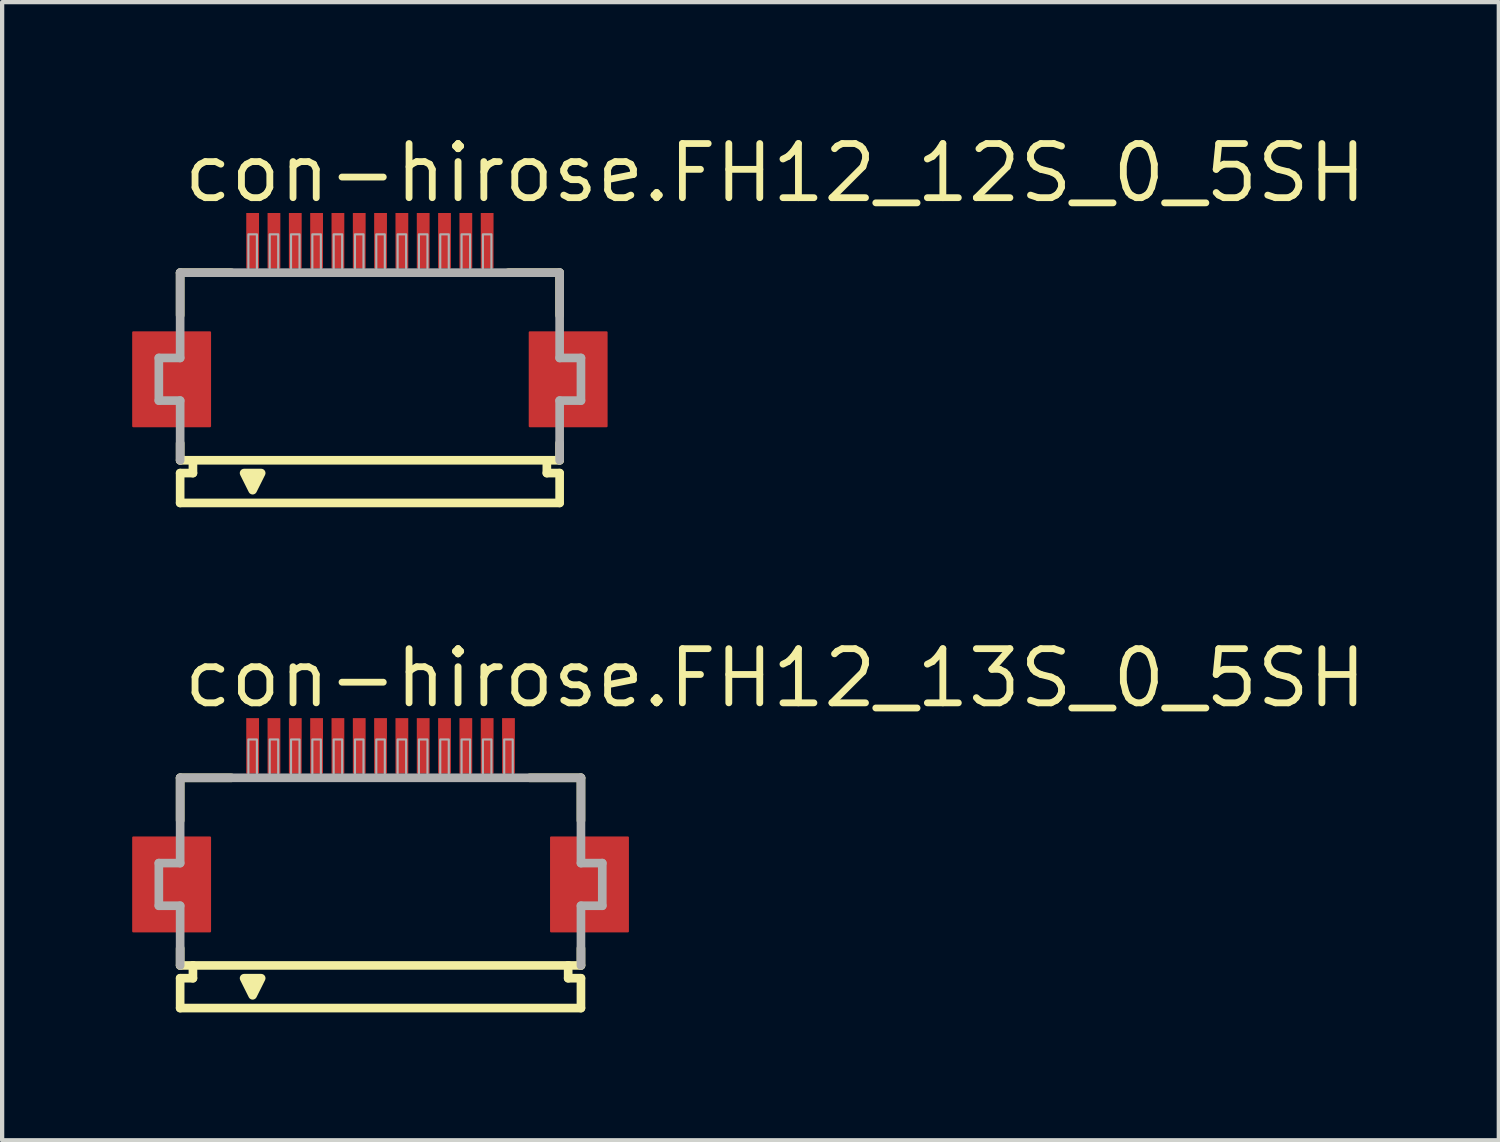
<source format=kicad_pcb>
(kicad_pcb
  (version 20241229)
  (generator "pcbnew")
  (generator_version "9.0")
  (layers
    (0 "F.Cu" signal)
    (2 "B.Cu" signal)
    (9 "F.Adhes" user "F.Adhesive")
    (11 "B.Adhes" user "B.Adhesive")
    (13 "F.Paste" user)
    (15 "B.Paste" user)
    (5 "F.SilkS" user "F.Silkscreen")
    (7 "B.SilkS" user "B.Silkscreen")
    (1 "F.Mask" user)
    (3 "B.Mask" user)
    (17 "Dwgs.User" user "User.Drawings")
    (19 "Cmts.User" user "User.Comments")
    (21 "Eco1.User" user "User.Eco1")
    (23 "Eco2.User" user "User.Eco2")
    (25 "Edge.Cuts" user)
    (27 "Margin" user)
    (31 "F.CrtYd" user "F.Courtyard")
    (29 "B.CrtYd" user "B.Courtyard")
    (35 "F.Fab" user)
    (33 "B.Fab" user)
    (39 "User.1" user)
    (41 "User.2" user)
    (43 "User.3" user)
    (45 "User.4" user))
  (footprint "con-hirose.FH12_12S_0_5SH"
    (layer "F.Cu")
    (at 5.625 5.845)
    (property "Reference" "con-hirose.FH12_12S_0_5SH" (at -4.448 -4.095 0) (layer "F.SilkS") (effects (font (size 1.27 1.27) (thickness 0.16)) (justify left bottom)))
    (attr smd)
    (fp_rect (start -5.55 1.1) (end -3.75 -1.1) (stroke (width 0.05) (type default)) (fill yes) (layer "F.Cu"))
    (fp_rect (start 3.75 1.1) (end 5.55 -1.1) (stroke (width 0.05) (type default)) (fill yes) (layer "F.Cu"))
    (fp_rect (start -5.6 1.175) (end -3.7 -1.175) (stroke (width 0.05) (type default)) (fill yes) (layer "F.Mask"))
    (fp_rect (start -2.95 -2.55) (end -2.55 -3.95) (stroke (width 0.05) (type default)) (fill yes) (layer "F.Mask"))
    (fp_rect (start -2.45 -2.55) (end -2.05 -3.95) (stroke (width 0.05) (type default)) (fill yes) (layer "F.Mask"))
    (fp_rect (start -1.95 -2.55) (end -1.55 -3.95) (stroke (width 0.05) (type default)) (fill yes) (layer "F.Mask"))
    (fp_rect (start -1.45 -2.55) (end -1.05 -3.95) (stroke (width 0.05) (type default)) (fill yes) (layer "F.Mask"))
    (fp_rect (start -0.95 -2.55) (end -0.55 -3.95) (stroke (width 0.05) (type default)) (fill yes) (layer "F.Mask"))
    (fp_rect (start -0.45 -2.55) (end -0.05 -3.95) (stroke (width 0.05) (type default)) (fill yes) (layer "F.Mask"))
    (fp_rect (start 0.05 -2.55) (end 0.45 -3.95) (stroke (width 0.05) (type default)) (fill yes) (layer "F.Mask"))
    (fp_rect (start 0.55 -2.55) (end 0.95 -3.95) (stroke (width 0.05) (type default)) (fill yes) (layer "F.Mask"))
    (fp_rect (start 1.05 -2.55) (end 1.45 -3.95) (stroke (width 0.05) (type default)) (fill yes) (layer "F.Mask"))
    (fp_rect (start 1.55 -2.55) (end 1.95 -3.95) (stroke (width 0.05) (type default)) (fill yes) (layer "F.Mask"))
    (fp_rect (start 2.05 -2.55) (end 2.45 -3.95) (stroke (width 0.05) (type default)) (fill yes) (layer "F.Mask"))
    (fp_rect (start 2.55 -2.55) (end 2.95 -3.95) (stroke (width 0.05) (type default)) (fill yes) (layer "F.Mask"))
    (fp_rect (start 3.7 1.175) (end 5.6 -1.175) (stroke (width 0.05) (type default)) (fill yes) (layer "F.Mask"))
    (fp_line (start -4.45 -2.5) (end -4.45 -1.5) (stroke (width 0.203) (type default)) (layer "F.SilkS"))
    (fp_line (start -4.45 1.5) (end -4.45 1.9) (stroke (width 0.203) (type default)) (layer "F.SilkS"))
    (fp_line (start -4.45 1.9) (end -4.15 1.9) (stroke (width 0.203) (type default)) (layer "F.SilkS"))
    (fp_line (start -4.45 2.2) (end -4.45 2.9) (stroke (width 0.203) (type default)) (layer "F.SilkS"))
    (fp_line (start -4.15 1.9) (end -4.15 2.2) (stroke (width 0.203) (type default)) (layer "F.SilkS"))
    (fp_line (start -4.15 2.2) (end -4.45 2.2) (stroke (width 0.203) (type default)) (layer "F.SilkS"))
    (fp_line (start -3.25 -2.5) (end -4.45 -2.5) (stroke (width 0.203) (type default)) (layer "F.SilkS"))
    (fp_line (start 4.15 1.9) (end -4.15 1.9) (stroke (width 0.203) (type default)) (layer "F.SilkS"))
    (fp_line (start 4.15 1.9) (end 4.45 1.9) (stroke (width 0.203) (type default)) (layer "F.SilkS"))
    (fp_line (start 4.15 2.2) (end 4.15 1.9) (stroke (width 0.203) (type default)) (layer "F.SilkS"))
    (fp_line (start 4.45 -2.5) (end 3.25 -2.5) (stroke (width 0.203) (type default)) (layer "F.SilkS"))
    (fp_line (start 4.45 -1.5) (end 4.45 -2.5) (stroke (width 0.203) (type default)) (layer "F.SilkS"))
    (fp_line (start 4.45 1.9) (end 4.45 1.5) (stroke (width 0.203) (type default)) (layer "F.SilkS"))
    (fp_line (start 4.45 2.2) (end 4.15 2.2) (stroke (width 0.203) (type default)) (layer "F.SilkS"))
    (fp_line (start 4.45 2.9) (end -4.45 2.9) (stroke (width 0.203) (type default)) (layer "F.SilkS"))
    (fp_line (start 4.45 2.9) (end 4.45 2.2) (stroke (width 0.203) (type default)) (layer "F.SilkS"))
    (fp_poly (pts (xy -2.95 2.2) (xy -2.75 2.6) (xy -2.55 2.2)) (stroke (width 0.203) (type default)) (fill yes) (layer "F.SilkS"))
    (fp_rect (start -5.475 1.025) (end -3.825 -1.025) (stroke (width 0.05) (type default)) (fill yes) (layer "F.Paste"))
    (fp_rect (start -2.875 -2.625) (end -2.625 -3.875) (stroke (width 0.05) (type default)) (fill yes) (layer "F.Paste"))
    (fp_rect (start -2.375 -2.625) (end -2.125 -3.875) (stroke (width 0.05) (type default)) (fill yes) (layer "F.Paste"))
    (fp_rect (start -1.875 -2.625) (end -1.625 -3.875) (stroke (width 0.05) (type default)) (fill yes) (layer "F.Paste"))
    (fp_rect (start -1.375 -2.625) (end -1.125 -3.875) (stroke (width 0.05) (type default)) (fill yes) (layer "F.Paste"))
    (fp_rect (start -0.875 -2.625) (end -0.625 -3.875) (stroke (width 0.05) (type default)) (fill yes) (layer "F.Paste"))
    (fp_rect (start -0.375 -2.625) (end -0.125 -3.875) (stroke (width 0.05) (type default)) (fill yes) (layer "F.Paste"))
    (fp_rect (start 0.125 -2.625) (end 0.375 -3.875) (stroke (width 0.05) (type default)) (fill yes) (layer "F.Paste"))
    (fp_rect (start 0.625 -2.625) (end 0.875 -3.875) (stroke (width 0.05) (type default)) (fill yes) (layer "F.Paste"))
    (fp_rect (start 1.125 -2.625) (end 1.375 -3.875) (stroke (width 0.05) (type default)) (fill yes) (layer "F.Paste"))
    (fp_rect (start 1.625 -2.625) (end 1.875 -3.875) (stroke (width 0.05) (type default)) (fill yes) (layer "F.Paste"))
    (fp_rect (start 2.125 -2.625) (end 2.375 -3.875) (stroke (width 0.05) (type default)) (fill yes) (layer "F.Paste"))
    (fp_rect (start 2.625 -2.625) (end 2.875 -3.875) (stroke (width 0.05) (type default)) (fill yes) (layer "F.Paste"))
    (fp_rect (start 3.825 1.025) (end 5.475 -1.025) (stroke (width 0.05) (type default)) (fill yes) (layer "F.Paste"))
    (fp_line (start -4.95 -0.5) (end -4.95 0.5) (stroke (width 0.203) (type default)) (layer "F.Fab"))
    (fp_line (start -4.95 0.5) (end -4.45 0.5) (stroke (width 0.203) (type default)) (layer "F.Fab"))
    (fp_line (start -4.45 -2.5) (end -4.45 -0.5) (stroke (width 0.203) (type default)) (layer "F.Fab"))
    (fp_line (start -4.45 -0.5) (end -4.95 -0.5) (stroke (width 0.203) (type default)) (layer "F.Fab"))
    (fp_line (start -4.45 0.5) (end -4.45 1.9) (stroke (width 0.203) (type default)) (layer "F.Fab"))
    (fp_line (start 4.45 -2.5) (end -4.45 -2.5) (stroke (width 0.203) (type default)) (layer "F.Fab"))
    (fp_line (start 4.45 -0.5) (end 4.45 -2.5) (stroke (width 0.203) (type default)) (layer "F.Fab"))
    (fp_line (start 4.45 0.5) (end 4.95 0.5) (stroke (width 0.203) (type default)) (layer "F.Fab"))
    (fp_line (start 4.45 1.9) (end 4.45 0.5) (stroke (width 0.203) (type default)) (layer "F.Fab"))
    (fp_line (start 4.95 -0.5) (end 4.45 -0.5) (stroke (width 0.203) (type default)) (layer "F.Fab"))
    (fp_line (start 4.95 0.5) (end 4.95 -0.5) (stroke (width 0.203) (type default)) (layer "F.Fab"))
    (fp_rect (start -2.85 -2.55) (end -2.65 -3.4) (stroke (width 0.05) (type default)) (fill no) (layer "F.Fab"))
    (fp_rect (start -2.35 -2.55) (end -2.15 -3.4) (stroke (width 0.05) (type default)) (fill no) (layer "F.Fab"))
    (fp_rect (start -1.85 -2.55) (end -1.65 -3.4) (stroke (width 0.05) (type default)) (fill no) (layer "F.Fab"))
    (fp_rect (start -1.35 -2.55) (end -1.15 -3.4) (stroke (width 0.05) (type default)) (fill no) (layer "F.Fab"))
    (fp_rect (start -0.85 -2.55) (end -0.65 -3.4) (stroke (width 0.05) (type default)) (fill no) (layer "F.Fab"))
    (fp_rect (start -0.35 -2.55) (end -0.15 -3.4) (stroke (width 0.05) (type default)) (fill no) (layer "F.Fab"))
    (fp_rect (start 0.15 -2.55) (end 0.35 -3.4) (stroke (width 0.05) (type default)) (fill no) (layer "F.Fab"))
    (fp_rect (start 0.65 -2.55) (end 0.85 -3.4) (stroke (width 0.05) (type default)) (fill no) (layer "F.Fab"))
    (fp_rect (start 1.15 -2.55) (end 1.35 -3.4) (stroke (width 0.05) (type default)) (fill no) (layer "F.Fab"))
    (fp_rect (start 1.65 -2.55) (end 1.85 -3.4) (stroke (width 0.05) (type default)) (fill no) (layer "F.Fab"))
    (fp_rect (start 2.15 -2.55) (end 2.35 -3.4) (stroke (width 0.05) (type default)) (fill no) (layer "F.Fab"))
    (fp_rect (start 2.65 -2.55) (end 2.85 -3.4) (stroke (width 0.05) (type default)) (fill no) (layer "F.Fab"))
    (pad "1" smd roundrect (at -2.75 -3.25) (size 0.3 1.3) (layers "F.Cu" "F.Mask" "F.Paste") (roundrect_rratio 0.01))
    (pad "2" smd roundrect (at -2.25 -3.25) (size 0.3 1.3) (layers "F.Cu" "F.Mask" "F.Paste") (roundrect_rratio 0.01))
    (pad "3" smd roundrect (at -1.75 -3.25) (size 0.3 1.3) (layers "F.Cu" "F.Mask" "F.Paste") (roundrect_rratio 0.01))
    (pad "4" smd roundrect (at -1.25 -3.25) (size 0.3 1.3) (layers "F.Cu" "F.Mask" "F.Paste") (roundrect_rratio 0.01))
    (pad "5" smd roundrect (at -0.75 -3.25) (size 0.3 1.3) (layers "F.Cu" "F.Mask" "F.Paste") (roundrect_rratio 0.01))
    (pad "6" smd roundrect (at -0.25 -3.25) (size 0.3 1.3) (layers "F.Cu" "F.Mask" "F.Paste") (roundrect_rratio 0.01))
    (pad "7" smd roundrect (at 0.25 -3.25) (size 0.3 1.3) (layers "F.Cu" "F.Mask" "F.Paste") (roundrect_rratio 0.01))
    (pad "8" smd roundrect (at 0.75 -3.25) (size 0.3 1.3) (layers "F.Cu" "F.Mask" "F.Paste") (roundrect_rratio 0.01))
    (pad "9" smd roundrect (at 1.25 -3.25) (size 0.3 1.3) (layers "F.Cu" "F.Mask" "F.Paste") (roundrect_rratio 0.01))
    (pad "10" smd roundrect (at 1.75 -3.25) (size 0.3 1.3) (layers "F.Cu" "F.Mask" "F.Paste") (roundrect_rratio 0.01))
    (pad "11" smd roundrect (at 2.25 -3.25) (size 0.3 1.3) (layers "F.Cu" "F.Mask" "F.Paste") (roundrect_rratio 0.01))
    (pad "12" smd roundrect (at 2.75 -3.25) (size 0.3 1.3) (layers "F.Cu" "F.Mask" "F.Paste") (roundrect_rratio 0.01)))
  (footprint "con-hirose.FH12_13S_0_5SH"
    (layer "F.Cu")
    (at 5.875 17.692)
    (property "Reference" "con-hirose.FH12_13S_0_5SH" (at -4.698 -4.095 0) (layer "F.SilkS") (effects (font (size 1.27 1.27) (thickness 0.16)) (justify left bottom)))
    (attr smd)
    (fp_rect (start -5.8 1.1) (end -4 -1.1) (stroke (width 0.05) (type default)) (fill yes) (layer "F.Cu"))
    (fp_rect (start 4 1.1) (end 5.8 -1.1) (stroke (width 0.05) (type default)) (fill yes) (layer "F.Cu"))
    (fp_rect (start -5.85 1.175) (end -3.95 -1.175) (stroke (width 0.05) (type default)) (fill yes) (layer "F.Mask"))
    (fp_rect (start -3.2 -2.55) (end -2.8 -3.95) (stroke (width 0.05) (type default)) (fill yes) (layer "F.Mask"))
    (fp_rect (start -2.7 -2.55) (end -2.3 -3.95) (stroke (width 0.05) (type default)) (fill yes) (layer "F.Mask"))
    (fp_rect (start -2.2 -2.55) (end -1.8 -3.95) (stroke (width 0.05) (type default)) (fill yes) (layer "F.Mask"))
    (fp_rect (start -1.7 -2.55) (end -1.3 -3.95) (stroke (width 0.05) (type default)) (fill yes) (layer "F.Mask"))
    (fp_rect (start -1.2 -2.55) (end -0.8 -3.95) (stroke (width 0.05) (type default)) (fill yes) (layer "F.Mask"))
    (fp_rect (start -0.7 -2.55) (end -0.3 -3.95) (stroke (width 0.05) (type default)) (fill yes) (layer "F.Mask"))
    (fp_rect (start -0.2 -2.55) (end 0.2 -3.95) (stroke (width 0.05) (type default)) (fill yes) (layer "F.Mask"))
    (fp_rect (start 0.3 -2.55) (end 0.7 -3.95) (stroke (width 0.05) (type default)) (fill yes) (layer "F.Mask"))
    (fp_rect (start 0.8 -2.55) (end 1.2 -3.95) (stroke (width 0.05) (type default)) (fill yes) (layer "F.Mask"))
    (fp_rect (start 1.3 -2.55) (end 1.7 -3.95) (stroke (width 0.05) (type default)) (fill yes) (layer "F.Mask"))
    (fp_rect (start 1.8 -2.55) (end 2.2 -3.95) (stroke (width 0.05) (type default)) (fill yes) (layer "F.Mask"))
    (fp_rect (start 2.3 -2.55) (end 2.7 -3.95) (stroke (width 0.05) (type default)) (fill yes) (layer "F.Mask"))
    (fp_rect (start 2.8 -2.55) (end 3.2 -3.95) (stroke (width 0.05) (type default)) (fill yes) (layer "F.Mask"))
    (fp_rect (start 3.95 1.175) (end 5.85 -1.175) (stroke (width 0.05) (type default)) (fill yes) (layer "F.Mask"))
    (fp_line (start -4.7 -2.5) (end -4.7 -1.5) (stroke (width 0.203) (type default)) (layer "F.SilkS"))
    (fp_line (start -4.7 1.5) (end -4.7 1.9) (stroke (width 0.203) (type default)) (layer "F.SilkS"))
    (fp_line (start -4.7 1.9) (end -4.4 1.9) (stroke (width 0.203) (type default)) (layer "F.SilkS"))
    (fp_line (start -4.7 2.2) (end -4.7 2.9) (stroke (width 0.203) (type default)) (layer "F.SilkS"))
    (fp_line (start -4.4 1.9) (end -4.4 2.2) (stroke (width 0.203) (type default)) (layer "F.SilkS"))
    (fp_line (start -4.4 2.2) (end -4.7 2.2) (stroke (width 0.203) (type default)) (layer "F.SilkS"))
    (fp_line (start -3.5 -2.5) (end -4.7 -2.5) (stroke (width 0.203) (type default)) (layer "F.SilkS"))
    (fp_line (start 4.4 1.9) (end -4.4 1.9) (stroke (width 0.203) (type default)) (layer "F.SilkS"))
    (fp_line (start 4.4 1.9) (end 4.7 1.9) (stroke (width 0.203) (type default)) (layer "F.SilkS"))
    (fp_line (start 4.4 2.2) (end 4.4 1.9) (stroke (width 0.203) (type default)) (layer "F.SilkS"))
    (fp_line (start 4.7 -2.5) (end 3.5 -2.5) (stroke (width 0.203) (type default)) (layer "F.SilkS"))
    (fp_line (start 4.7 -1.5) (end 4.7 -2.5) (stroke (width 0.203) (type default)) (layer "F.SilkS"))
    (fp_line (start 4.7 1.9) (end 4.7 1.5) (stroke (width 0.203) (type default)) (layer "F.SilkS"))
    (fp_line (start 4.7 2.2) (end 4.4 2.2) (stroke (width 0.203) (type default)) (layer "F.SilkS"))
    (fp_line (start 4.7 2.9) (end -4.7 2.9) (stroke (width 0.203) (type default)) (layer "F.SilkS"))
    (fp_line (start 4.7 2.9) (end 4.7 2.2) (stroke (width 0.203) (type default)) (layer "F.SilkS"))
    (fp_poly (pts (xy -3.2 2.2) (xy -3 2.6) (xy -2.8 2.2)) (stroke (width 0.203) (type default)) (fill yes) (layer "F.SilkS"))
    (fp_rect (start -5.725 1.025) (end -4.075 -1.025) (stroke (width 0.05) (type default)) (fill yes) (layer "F.Paste"))
    (fp_rect (start -3.125 -2.625) (end -2.875 -3.875) (stroke (width 0.05) (type default)) (fill yes) (layer "F.Paste"))
    (fp_rect (start -2.625 -2.625) (end -2.375 -3.875) (stroke (width 0.05) (type default)) (fill yes) (layer "F.Paste"))
    (fp_rect (start -2.125 -2.625) (end -1.875 -3.875) (stroke (width 0.05) (type default)) (fill yes) (layer "F.Paste"))
    (fp_rect (start -1.625 -2.625) (end -1.375 -3.875) (stroke (width 0.05) (type default)) (fill yes) (layer "F.Paste"))
    (fp_rect (start -1.125 -2.625) (end -0.875 -3.875) (stroke (width 0.05) (type default)) (fill yes) (layer "F.Paste"))
    (fp_rect (start -0.625 -2.625) (end -0.375 -3.875) (stroke (width 0.05) (type default)) (fill yes) (layer "F.Paste"))
    (fp_rect (start -0.125 -2.625) (end 0.125 -3.875) (stroke (width 0.05) (type default)) (fill yes) (layer "F.Paste"))
    (fp_rect (start 0.375 -2.625) (end 0.625 -3.875) (stroke (width 0.05) (type default)) (fill yes) (layer "F.Paste"))
    (fp_rect (start 0.875 -2.625) (end 1.125 -3.875) (stroke (width 0.05) (type default)) (fill yes) (layer "F.Paste"))
    (fp_rect (start 1.375 -2.625) (end 1.625 -3.875) (stroke (width 0.05) (type default)) (fill yes) (layer "F.Paste"))
    (fp_rect (start 1.875 -2.625) (end 2.125 -3.875) (stroke (width 0.05) (type default)) (fill yes) (layer "F.Paste"))
    (fp_rect (start 2.375 -2.625) (end 2.625 -3.875) (stroke (width 0.05) (type default)) (fill yes) (layer "F.Paste"))
    (fp_rect (start 2.875 -2.625) (end 3.125 -3.875) (stroke (width 0.05) (type default)) (fill yes) (layer "F.Paste"))
    (fp_rect (start 4.075 1.025) (end 5.725 -1.025) (stroke (width 0.05) (type default)) (fill yes) (layer "F.Paste"))
    (fp_line (start -5.2 -0.5) (end -5.2 0.5) (stroke (width 0.203) (type default)) (layer "F.Fab"))
    (fp_line (start -5.2 0.5) (end -4.7 0.5) (stroke (width 0.203) (type default)) (layer "F.Fab"))
    (fp_line (start -4.7 -2.5) (end -4.7 -0.5) (stroke (width 0.203) (type default)) (layer "F.Fab"))
    (fp_line (start -4.7 -0.5) (end -5.2 -0.5) (stroke (width 0.203) (type default)) (layer "F.Fab"))
    (fp_line (start -4.7 0.5) (end -4.7 1.9) (stroke (width 0.203) (type default)) (layer "F.Fab"))
    (fp_line (start 4.7 -2.5) (end -4.7 -2.5) (stroke (width 0.203) (type default)) (layer "F.Fab"))
    (fp_line (start 4.7 -0.5) (end 4.7 -2.5) (stroke (width 0.203) (type default)) (layer "F.Fab"))
    (fp_line (start 4.7 0.5) (end 5.2 0.5) (stroke (width 0.203) (type default)) (layer "F.Fab"))
    (fp_line (start 4.7 1.9) (end 4.7 0.5) (stroke (width 0.203) (type default)) (layer "F.Fab"))
    (fp_line (start 5.2 -0.5) (end 4.7 -0.5) (stroke (width 0.203) (type default)) (layer "F.Fab"))
    (fp_line (start 5.2 0.5) (end 5.2 -0.5) (stroke (width 0.203) (type default)) (layer "F.Fab"))
    (fp_rect (start -3.1 -2.55) (end -2.9 -3.4) (stroke (width 0.05) (type default)) (fill no) (layer "F.Fab"))
    (fp_rect (start -2.6 -2.55) (end -2.4 -3.4) (stroke (width 0.05) (type default)) (fill no) (layer "F.Fab"))
    (fp_rect (start -2.1 -2.55) (end -1.9 -3.4) (stroke (width 0.05) (type default)) (fill no) (layer "F.Fab"))
    (fp_rect (start -1.6 -2.55) (end -1.4 -3.4) (stroke (width 0.05) (type default)) (fill no) (layer "F.Fab"))
    (fp_rect (start -1.1 -2.55) (end -0.9 -3.4) (stroke (width 0.05) (type default)) (fill no) (layer "F.Fab"))
    (fp_rect (start -0.6 -2.55) (end -0.4 -3.4) (stroke (width 0.05) (type default)) (fill no) (layer "F.Fab"))
    (fp_rect (start -0.1 -2.55) (end 0.1 -3.4) (stroke (width 0.05) (type default)) (fill no) (layer "F.Fab"))
    (fp_rect (start 0.4 -2.55) (end 0.6 -3.4) (stroke (width 0.05) (type default)) (fill no) (layer "F.Fab"))
    (fp_rect (start 0.9 -2.55) (end 1.1 -3.4) (stroke (width 0.05) (type default)) (fill no) (layer "F.Fab"))
    (fp_rect (start 1.4 -2.55) (end 1.6 -3.4) (stroke (width 0.05) (type default)) (fill no) (layer "F.Fab"))
    (fp_rect (start 1.9 -2.55) (end 2.1 -3.4) (stroke (width 0.05) (type default)) (fill no) (layer "F.Fab"))
    (fp_rect (start 2.4 -2.55) (end 2.6 -3.4) (stroke (width 0.05) (type default)) (fill no) (layer "F.Fab"))
    (fp_rect (start 2.9 -2.55) (end 3.1 -3.4) (stroke (width 0.05) (type default)) (fill no) (layer "F.Fab"))
    (pad "1" smd roundrect (at -3 -3.25) (size 0.3 1.3) (layers "F.Cu" "F.Mask" "F.Paste") (roundrect_rratio 0.01))
    (pad "2" smd roundrect (at -2.5 -3.25) (size 0.3 1.3) (layers "F.Cu" "F.Mask" "F.Paste") (roundrect_rratio 0.01))
    (pad "3" smd roundrect (at -2 -3.25) (size 0.3 1.3) (layers "F.Cu" "F.Mask" "F.Paste") (roundrect_rratio 0.01))
    (pad "4" smd roundrect (at -1.5 -3.25) (size 0.3 1.3) (layers "F.Cu" "F.Mask" "F.Paste") (roundrect_rratio 0.01))
    (pad "5" smd roundrect (at -1 -3.25) (size 0.3 1.3) (layers "F.Cu" "F.Mask" "F.Paste") (roundrect_rratio 0.01))
    (pad "6" smd roundrect (at -0.5 -3.25) (size 0.3 1.3) (layers "F.Cu" "F.Mask" "F.Paste") (roundrect_rratio 0.01))
    (pad "7" smd roundrect (at 0 -3.25) (size 0.3 1.3) (layers "F.Cu" "F.Mask" "F.Paste") (roundrect_rratio 0.01))
    (pad "8" smd roundrect (at 0.5 -3.25) (size 0.3 1.3) (layers "F.Cu" "F.Mask" "F.Paste") (roundrect_rratio 0.01))
    (pad "9" smd roundrect (at 1 -3.25) (size 0.3 1.3) (layers "F.Cu" "F.Mask" "F.Paste") (roundrect_rratio 0.01))
    (pad "10" smd roundrect (at 1.5 -3.25) (size 0.3 1.3) (layers "F.Cu" "F.Mask" "F.Paste") (roundrect_rratio 0.01))
    (pad "11" smd roundrect (at 2 -3.25) (size 0.3 1.3) (layers "F.Cu" "F.Mask" "F.Paste") (roundrect_rratio 0.01))
    (pad "12" smd roundrect (at 2.5 -3.25) (size 0.3 1.3) (layers "F.Cu" "F.Mask" "F.Paste") (roundrect_rratio 0.01))
    (pad "13" smd roundrect (at 3 -3.25) (size 0.3 1.3) (layers "F.Cu" "F.Mask" "F.Paste") (roundrect_rratio 0.01)))
  (gr_rect
    (start -3 -3)
    (end 32.101 23.693)
    (stroke (width 0.1) (type default))
    (fill no)
    (layer "Edge.Cuts")))
</source>
